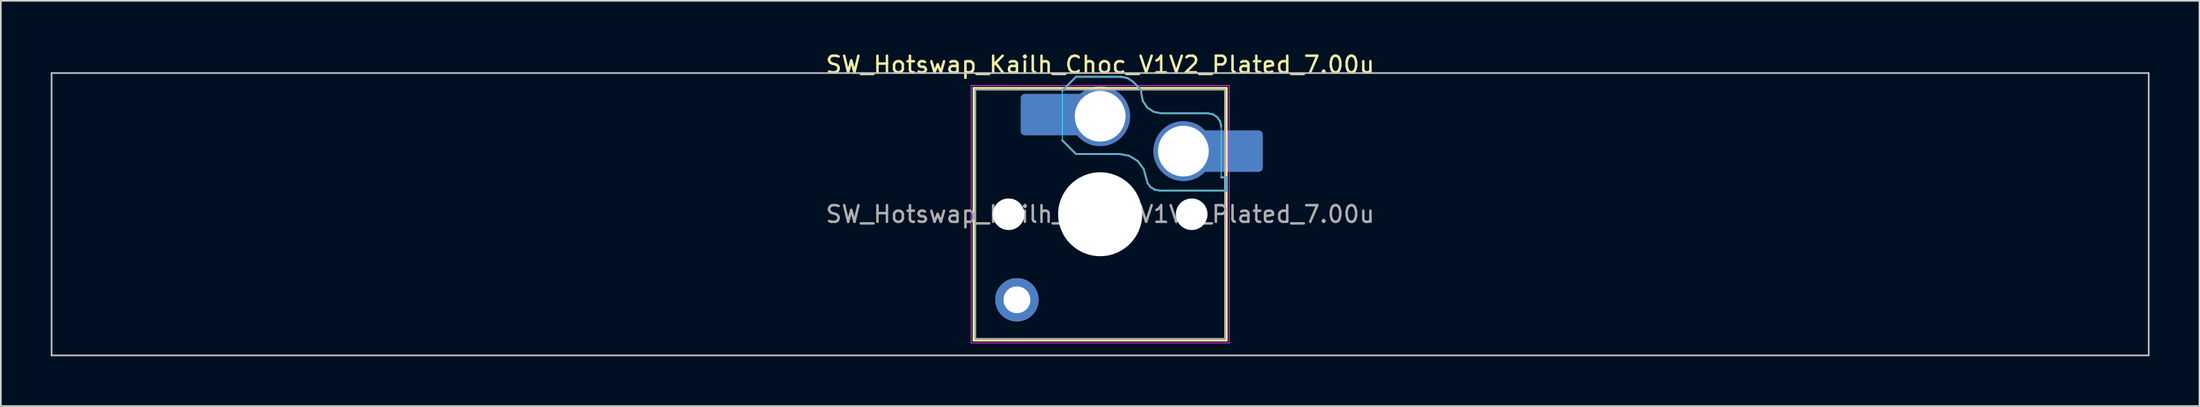
<source format=kicad_pcb>
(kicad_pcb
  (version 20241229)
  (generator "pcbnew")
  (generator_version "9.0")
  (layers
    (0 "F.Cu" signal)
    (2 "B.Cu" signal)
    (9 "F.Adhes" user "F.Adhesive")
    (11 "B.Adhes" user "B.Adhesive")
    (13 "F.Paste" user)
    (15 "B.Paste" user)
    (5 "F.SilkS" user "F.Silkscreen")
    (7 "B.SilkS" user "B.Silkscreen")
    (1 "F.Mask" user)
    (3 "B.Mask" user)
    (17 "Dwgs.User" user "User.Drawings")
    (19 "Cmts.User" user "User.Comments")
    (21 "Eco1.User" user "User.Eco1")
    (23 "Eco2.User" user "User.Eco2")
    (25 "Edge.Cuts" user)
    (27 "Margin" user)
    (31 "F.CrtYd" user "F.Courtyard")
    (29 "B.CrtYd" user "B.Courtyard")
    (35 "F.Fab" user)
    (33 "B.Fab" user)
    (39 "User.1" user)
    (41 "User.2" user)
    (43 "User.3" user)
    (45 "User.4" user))
  (footprint "SW_Hotswap_Kailh_Choc_V1V2_Plated_7.00u"
    (layer "F.Cu")
    (at 63.05 9.848)
    (property "Reference" "SW_Hotswap_Kailh_Choc_V1V2_Plated_7.00u" (at 0 -9 0) (layer "F.SilkS") (effects (font (size 1 1) (thickness 0.15))))
    (attr smd)
    (fp_line (start -7.6 -7.6) (end -7.6 7.6) (stroke (width 0.12) (type solid)) (layer "F.SilkS"))
    (fp_line (start -7.6 7.6) (end 7.6 7.6) (stroke (width 0.12) (type solid)) (layer "F.SilkS"))
    (fp_line (start 7.6 -7.6) (end -7.6 -7.6) (stroke (width 0.12) (type solid)) (layer "F.SilkS"))
    (fp_line (start 7.6 7.6) (end 7.6 -7.6) (stroke (width 0.12) (type solid)) (layer "F.SilkS"))
    (fp_line (start -2.275 -7.45) (end -1.45 -8.275) (stroke (width 0.12) (type solid)) (layer "B.SilkS"))
    (fp_line (start -1.45 -8.275) (end 1.261 -8.275) (stroke (width 0.12) (type solid)) (layer "B.SilkS"))
    (fp_line (start -1.45 -3.625) (end -2.275 -4.45) (stroke (width 0.12) (type solid)) (layer "B.SilkS"))
    (fp_line (start 1.175 -3.625) (end -1.45 -3.625) (stroke (width 0.12) (type solid)) (layer "B.SilkS"))
    (fp_line (start 1.261 -8.275) (end 1.643 -8.199) (stroke (width 0.12) (type solid)) (layer "B.SilkS"))
    (fp_line (start 1.643 -8.199) (end 1.968 -7.982) (stroke (width 0.12) (type solid)) (layer "B.SilkS"))
    (fp_line (start 1.756 -3.516) (end 1.175 -3.625) (stroke (width 0.12) (type solid)) (layer "B.SilkS"))
    (fp_line (start 1.968 -7.982) (end 2.475 -7.475) (stroke (width 0.12) (type solid)) (layer "B.SilkS"))
    (fp_line (start 2.258 -3.203) (end 1.756 -3.516) (stroke (width 0.12) (type solid)) (layer "B.SilkS"))
    (fp_line (start 2.475 -7.475) (end 2.475 -7.275) (stroke (width 0.12) (type solid)) (layer "B.SilkS"))
    (fp_line (start 2.475 -7.275) (end 2.566 -6.816) (stroke (width 0.12) (type solid)) (layer "B.SilkS"))
    (fp_line (start 2.566 -6.816) (end 2.826 -6.426) (stroke (width 0.12) (type solid)) (layer "B.SilkS"))
    (fp_line (start 2.612 -2.729) (end 2.258 -3.203) (stroke (width 0.12) (type solid)) (layer "B.SilkS"))
    (fp_line (start 2.769 -2.158) (end 2.612 -2.729) (stroke (width 0.12) (type solid)) (layer "B.SilkS"))
    (fp_line (start 2.826 -6.426) (end 3.216 -6.166) (stroke (width 0.12) (type solid)) (layer "B.SilkS"))
    (fp_line (start 2.848 -1.873) (end 2.769 -2.158) (stroke (width 0.12) (type solid)) (layer "B.SilkS"))
    (fp_line (start 3.025 -1.636) (end 2.848 -1.873) (stroke (width 0.12) (type solid)) (layer "B.SilkS"))
    (fp_line (start 3.216 -6.166) (end 3.675 -6.075) (stroke (width 0.12) (type solid)) (layer "B.SilkS"))
    (fp_line (start 3.276 -1.48) (end 3.025 -1.636) (stroke (width 0.12) (type solid)) (layer "B.SilkS"))
    (fp_line (start 3.567 -1.425) (end 3.276 -1.48) (stroke (width 0.12) (type solid)) (layer "B.SilkS"))
    (fp_line (start 3.675 -6.075) (end 6.475 -6.075) (stroke (width 0.12) (type solid)) (layer "B.SilkS"))
    (fp_line (start 6.475 -6.075) (end 6.781 -6.014) (stroke (width 0.12) (type solid)) (layer "B.SilkS"))
    (fp_line (start 6.781 -6.014) (end 7.041 -5.841) (stroke (width 0.12) (type solid)) (layer "B.SilkS"))
    (fp_line (start 7.041 -5.841) (end 7.214 -5.581) (stroke (width 0.12) (type solid)) (layer "B.SilkS"))
    (fp_line (start 7.214 -5.581) (end 7.275 -5.275) (stroke (width 0.12) (type solid)) (layer "B.SilkS"))
    (fp_line (start 7.275 -2.225) (end 7.575 -2.225) (stroke (width 0.12) (type solid)) (layer "B.SilkS"))
    (fp_line (start 7.575 -2.225) (end 7.575 -1.425) (stroke (width 0.12) (type solid)) (layer "B.SilkS"))
    (fp_line (start 7.575 -1.425) (end 3.567 -1.425) (stroke (width 0.12) (type solid)) (layer "B.SilkS"))
    (fp_line (start -63 -8.5) (end -63 8.5) (stroke (width 0.1) (type solid)) (layer "Dwgs.User"))
    (fp_line (start -63 8.5) (end 63 8.5) (stroke (width 0.1) (type solid)) (layer "Dwgs.User"))
    (fp_line (start 63 -8.5) (end -63 -8.5) (stroke (width 0.1) (type solid)) (layer "Dwgs.User"))
    (fp_line (start 63 8.5) (end 63 -8.5) (stroke (width 0.1) (type solid)) (layer "Dwgs.User"))
    (fp_line (start -7.25 -7.25) (end -7.25 7.25) (stroke (width 0.1) (type solid)) (layer "Eco1.User"))
    (fp_line (start -7.25 7.25) (end 7.25 7.25) (stroke (width 0.1) (type solid)) (layer "Eco1.User"))
    (fp_line (start 7.25 -7.25) (end -7.25 -7.25) (stroke (width 0.1) (type solid)) (layer "Eco1.User"))
    (fp_line (start 7.25 7.25) (end 7.25 -7.25) (stroke (width 0.1) (type solid)) (layer "Eco1.User"))
    (fp_line (start -2.275 -7.45) (end -1.45 -8.275) (stroke (width 0.05) (type solid)) (layer "B.CrtYd"))
    (fp_line (start -2.275 -4.45) (end -2.275 -7.45) (stroke (width 0.05) (type solid)) (layer "B.CrtYd"))
    (fp_line (start -1.45 -8.275) (end 1.261 -8.275) (stroke (width 0.05) (type solid)) (layer "B.CrtYd"))
    (fp_line (start -1.45 -3.625) (end -2.275 -4.45) (stroke (width 0.05) (type solid)) (layer "B.CrtYd"))
    (fp_line (start 1.175 -3.625) (end -1.45 -3.625) (stroke (width 0.05) (type solid)) (layer "B.CrtYd"))
    (fp_line (start 1.261 -8.275) (end 1.643 -8.199) (stroke (width 0.05) (type solid)) (layer "B.CrtYd"))
    (fp_line (start 1.643 -8.199) (end 1.968 -7.982) (stroke (width 0.05) (type solid)) (layer "B.CrtYd"))
    (fp_line (start 1.756 -3.516) (end 1.175 -3.625) (stroke (width 0.05) (type solid)) (layer "B.CrtYd"))
    (fp_line (start 1.968 -7.982) (end 2.475 -7.475) (stroke (width 0.05) (type solid)) (layer "B.CrtYd"))
    (fp_line (start 2.258 -3.203) (end 1.756 -3.516) (stroke (width 0.05) (type solid)) (layer "B.CrtYd"))
    (fp_line (start 2.475 -7.475) (end 2.475 -7.275) (stroke (width 0.05) (type solid)) (layer "B.CrtYd"))
    (fp_line (start 2.475 -7.275) (end 2.566 -6.816) (stroke (width 0.05) (type solid)) (layer "B.CrtYd"))
    (fp_line (start 2.566 -6.816) (end 2.826 -6.426) (stroke (width 0.05) (type solid)) (layer "B.CrtYd"))
    (fp_line (start 2.612 -2.729) (end 2.258 -3.203) (stroke (width 0.05) (type solid)) (layer "B.CrtYd"))
    (fp_line (start 2.769 -2.158) (end 2.612 -2.729) (stroke (width 0.05) (type solid)) (layer "B.CrtYd"))
    (fp_line (start 2.826 -6.426) (end 3.216 -6.166) (stroke (width 0.05) (type solid)) (layer "B.CrtYd"))
    (fp_line (start 2.848 -1.873) (end 2.769 -2.158) (stroke (width 0.05) (type solid)) (layer "B.CrtYd"))
    (fp_line (start 3.025 -1.636) (end 2.848 -1.873) (stroke (width 0.05) (type solid)) (layer "B.CrtYd"))
    (fp_line (start 3.216 -6.166) (end 3.675 -6.075) (stroke (width 0.05) (type solid)) (layer "B.CrtYd"))
    (fp_line (start 3.276 -1.48) (end 3.025 -1.636) (stroke (width 0.05) (type solid)) (layer "B.CrtYd"))
    (fp_line (start 3.567 -1.425) (end 3.276 -1.48) (stroke (width 0.05) (type solid)) (layer "B.CrtYd"))
    (fp_line (start 3.675 -6.075) (end 6.475 -6.075) (stroke (width 0.05) (type solid)) (layer "B.CrtYd"))
    (fp_line (start 6.475 -6.075) (end 6.781 -6.014) (stroke (width 0.05) (type solid)) (layer "B.CrtYd"))
    (fp_line (start 6.781 -6.014) (end 7.041 -5.841) (stroke (width 0.05) (type solid)) (layer "B.CrtYd"))
    (fp_line (start 7.041 -5.841) (end 7.214 -5.581) (stroke (width 0.05) (type solid)) (layer "B.CrtYd"))
    (fp_line (start 7.214 -5.581) (end 7.275 -5.275) (stroke (width 0.05) (type solid)) (layer "B.CrtYd"))
    (fp_line (start 7.275 -5.275) (end 7.275 -2.225) (stroke (width 0.05) (type solid)) (layer "B.CrtYd"))
    (fp_line (start 7.275 -2.225) (end 7.575 -2.225) (stroke (width 0.05) (type solid)) (layer "B.CrtYd"))
    (fp_line (start 7.575 -2.225) (end 7.575 -1.425) (stroke (width 0.05) (type solid)) (layer "B.CrtYd"))
    (fp_line (start 7.575 -1.425) (end 3.567 -1.425) (stroke (width 0.05) (type solid)) (layer "B.CrtYd"))
    (fp_line (start -7.75 -7.75) (end -7.75 7.75) (stroke (width 0.05) (type solid)) (layer "F.CrtYd"))
    (fp_line (start -7.75 7.75) (end 7.75 7.75) (stroke (width 0.05) (type solid)) (layer "F.CrtYd"))
    (fp_line (start 7.75 -7.75) (end -7.75 -7.75) (stroke (width 0.05) (type solid)) (layer "F.CrtYd"))
    (fp_line (start 7.75 7.75) (end 7.75 -7.75) (stroke (width 0.05) (type solid)) (layer "F.CrtYd"))
    (fp_line (start -2.275 -7.45) (end -1.45 -8.275) (stroke (width 0.1) (type solid)) (layer "B.Fab"))
    (fp_line (start -1.45 -8.275) (end 1.261 -8.275) (stroke (width 0.1) (type solid)) (layer "B.Fab"))
    (fp_line (start -1.45 -3.625) (end -2.275 -4.45) (stroke (width 0.1) (type solid)) (layer "B.Fab"))
    (fp_line (start 1.175 -3.625) (end -1.45 -3.625) (stroke (width 0.1) (type solid)) (layer "B.Fab"))
    (fp_line (start 1.261 -8.275) (end 1.643 -8.199) (stroke (width 0.1) (type solid)) (layer "B.Fab"))
    (fp_line (start 1.643 -8.199) (end 1.968 -7.982) (stroke (width 0.1) (type solid)) (layer "B.Fab"))
    (fp_line (start 1.756 -3.516) (end 1.175 -3.625) (stroke (width 0.1) (type solid)) (layer "B.Fab"))
    (fp_line (start 1.968 -7.982) (end 2.475 -7.475) (stroke (width 0.1) (type solid)) (layer "B.Fab"))
    (fp_line (start 2.258 -3.203) (end 1.756 -3.516) (stroke (width 0.1) (type solid)) (layer "B.Fab"))
    (fp_line (start 2.475 -7.475) (end 2.475 -7.275) (stroke (width 0.1) (type solid)) (layer "B.Fab"))
    (fp_line (start 2.475 -7.275) (end 2.566 -6.816) (stroke (width 0.1) (type solid)) (layer "B.Fab"))
    (fp_line (start 2.566 -6.816) (end 2.826 -6.426) (stroke (width 0.1) (type solid)) (layer "B.Fab"))
    (fp_line (start 2.612 -2.729) (end 2.258 -3.203) (stroke (width 0.1) (type solid)) (layer "B.Fab"))
    (fp_line (start 2.769 -2.158) (end 2.612 -2.729) (stroke (width 0.1) (type solid)) (layer "B.Fab"))
    (fp_line (start 2.826 -6.426) (end 3.216 -6.166) (stroke (width 0.1) (type solid)) (layer "B.Fab"))
    (fp_line (start 2.848 -1.873) (end 2.769 -2.158) (stroke (width 0.1) (type solid)) (layer "B.Fab"))
    (fp_line (start 3.025 -1.636) (end 2.848 -1.873) (stroke (width 0.1) (type solid)) (layer "B.Fab"))
    (fp_line (start 3.216 -6.166) (end 3.675 -6.075) (stroke (width 0.1) (type solid)) (layer "B.Fab"))
    (fp_line (start 3.276 -1.48) (end 3.025 -1.636) (stroke (width 0.1) (type solid)) (layer "B.Fab"))
    (fp_line (start 3.567 -1.425) (end 3.276 -1.48) (stroke (width 0.1) (type solid)) (layer "B.Fab"))
    (fp_line (start 3.675 -6.075) (end 6.475 -6.075) (stroke (width 0.1) (type solid)) (layer "B.Fab"))
    (fp_line (start 6.475 -6.075) (end 6.781 -6.014) (stroke (width 0.1) (type solid)) (layer "B.Fab"))
    (fp_line (start 6.781 -6.014) (end 7.041 -5.841) (stroke (width 0.1) (type solid)) (layer "B.Fab"))
    (fp_line (start 7.041 -5.841) (end 7.214 -5.581) (stroke (width 0.1) (type solid)) (layer "B.Fab"))
    (fp_line (start 7.214 -5.581) (end 7.275 -5.275) (stroke (width 0.1) (type solid)) (layer "B.Fab"))
    (fp_line (start 7.275 -2.225) (end 7.575 -2.225) (stroke (width 0.1) (type solid)) (layer "B.Fab"))
    (fp_line (start 7.575 -2.225) (end 7.575 -1.425) (stroke (width 0.1) (type solid)) (layer "B.Fab"))
    (fp_line (start 7.575 -1.425) (end 3.567 -1.425) (stroke (width 0.1) (type solid)) (layer "B.Fab"))
    (fp_line (start -7.5 -7.5) (end -7.5 7.5) (stroke (width 0.1) (type solid)) (layer "F.Fab"))
    (fp_line (start -7.5 7.5) (end 7.5 7.5) (stroke (width 0.1) (type solid)) (layer "F.Fab"))
    (fp_line (start 7.5 -7.5) (end -7.5 -7.5) (stroke (width 0.1) (type solid)) (layer "F.Fab"))
    (fp_line (start 7.5 7.5) (end 7.5 -7.5) (stroke (width 0.1) (type solid)) (layer "F.Fab"))
    (fp_text user "${REFERENCE}" (at 0 0 0) (layer "F.Fab") (effects (font (size 1 1) (thickness 0.15))))
    (pad "" np_thru_hole circle (at -5.5 0) (size 1.9 1.9) (drill 1.9) (layers "*.Cu" "*.Mask"))
    (pad "" thru_hole circle (at -5 5.15) (size 2.6 2.6) (drill 1.6) (layers "*.Cu" "B.Mask"))
    (pad "" thru_hole circle (at -5 5.15) (size 2.6 2.6) (drill 1.6) (layers "*.Cu" "B.Mask"))
    (pad "" smd roundrect (at -3.5 -6) (size 2.55 2.5) (layers "B.Mask" "B.Paste") (roundrect_rratio 0.1))
    (pad "" np_thru_hole circle (at 0 0) (size 5.05 5.05) (drill 5.05) (layers "*.Cu" "*.Mask"))
    (pad "" np_thru_hole circle (at 5.5 0) (size 1.9 1.9) (drill 1.9) (layers "*.Cu" "*.Mask"))
    (pad "" smd roundrect (at 8.5 -3.8) (size 2.55 2.5) (layers "B.Mask" "B.Paste") (roundrect_rratio 0.1))
    (pad "1" smd roundrect (at -2.85 -6) (size 3.85 2.5) (layers "B.Cu") (roundrect_rratio 0.1))
    (pad "1" thru_hole circle (at 0 -5.9) (size 3.6 3.6) (drill 3.05) (layers "*.Cu" "B.Mask"))
    (pad "2" thru_hole circle (at 5 -3.8) (size 3.6 3.6) (drill 3.05) (layers "*.Cu" "B.Mask"))
    (pad "2" smd roundrect (at 7.85 -3.8) (size 3.85 2.5) (layers "B.Cu") (roundrect_rratio 0.1)))
  (gr_rect
    (start -3 -3)
    (end 129.1 21.398)
    (stroke (width 0.1) (type default))
    (fill no)
    (layer "Edge.Cuts")))
</source>
